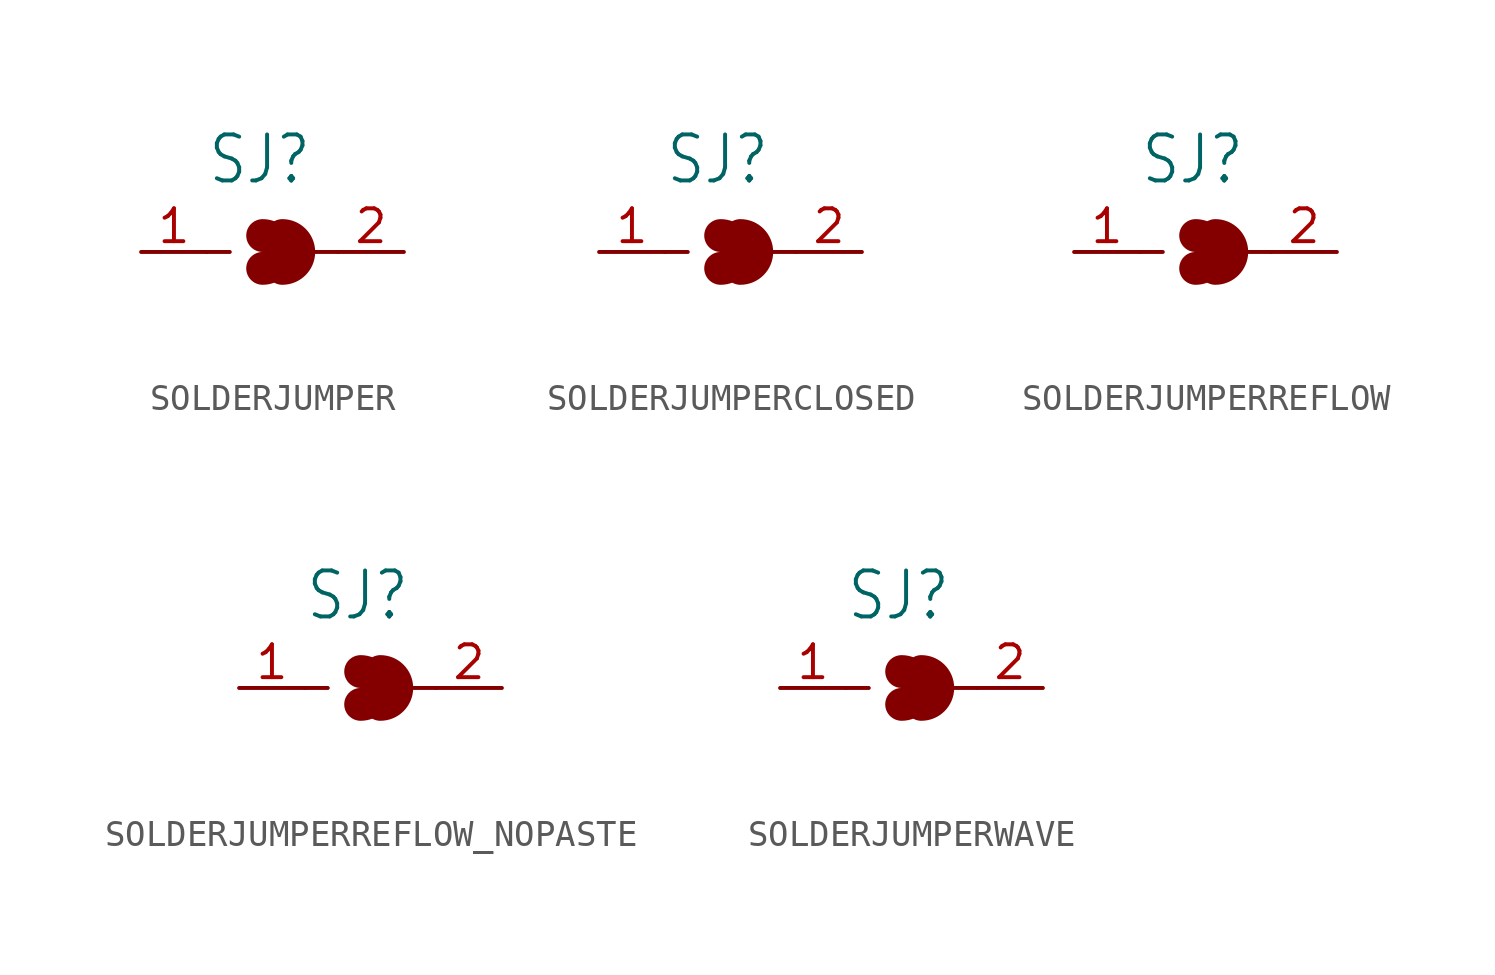
<source format=kicad_sym>
(kicad_symbol_lib
  (version 20220914)
  (generator kicad_symbol_editor)
  (symbol "SOLDERJUMPER"
    (property "Reference" "SJ"
      (at -2.54 2.54 0)
      (effects (font (size 1.778 1.511)) (justify left bottom)))
    (property "Value" ""
      (at -2.54 -3.81 0)
      (effects (font (size 1.778 1.511)) (justify left bottom)))
    (property "ki_locked" ""
      (at 0 0 0)
      (effects (font (size 1.27 1.27))))
    (symbol "SOLDERJUMPER_1_0"
      (arc (start -0.381 -0.635) (mid 0.2541 -0.0001) (end -0.3808 0.635) (stroke (width 1.27) (type solid)) (fill (type none)))
      (polyline (pts (xy -2.54 0) (xy -1.651 0)) (stroke (width 0.152) (type solid)) (fill (type none)))
      (polyline (pts (xy 2.54 0) (xy 1.651 0)) (stroke (width 0.152) (type solid)) (fill (type none)))
      (arc (start 0.3808 -0.635) (mid 1.0132 -0.0001) (end 0.381 0.635) (stroke (width 1.27) (type solid)) (fill (type none)))
      (pin passive line (at -5.08 0 0) (length 2.54) (name "1" (effects (font (size 0 0)))) (number "1" (effects (font (size 1.27 1.27)))))
      (pin passive line (at 5.08 0 180) (length 2.54) (name "2" (effects (font (size 0 0)))) (number "2" (effects (font (size 1.27 1.27)))))))
  (symbol "SOLDERJUMPERCLOSED"
    (property "Reference" "SJ"
      (at -2.54 2.54 0)
      (effects (font (size 1.778 1.511)) (justify left bottom)))
    (property "Value" ""
      (at -2.54 -3.81 0)
      (effects (font (size 1.778 1.511)) (justify left bottom)))
    (property "ki_locked" ""
      (at 0 0 0)
      (effects (font (size 1.27 1.27))))
    (symbol "SOLDERJUMPERCLOSED_1_0"
      (arc (start -0.381 -0.635) (mid 0.2541 -0.0001) (end -0.3808 0.635) (stroke (width 1.27) (type solid)) (fill (type none)))
      (polyline (pts (xy -2.54 0) (xy -1.651 0)) (stroke (width 0.152) (type solid)) (fill (type none)))
      (polyline (pts (xy 2.54 0) (xy 1.651 0)) (stroke (width 0.152) (type solid)) (fill (type none)))
      (arc (start 0.3808 -0.635) (mid 1.0132 -0.0001) (end 0.381 0.635) (stroke (width 1.27) (type solid)) (fill (type none)))
      (pin passive line (at -5.08 0 0) (length 2.54) (name "1" (effects (font (size 0 0)))) (number "1" (effects (font (size 1.27 1.27)))))
      (pin passive line (at 5.08 0 180) (length 2.54) (name "2" (effects (font (size 0 0)))) (number "2" (effects (font (size 1.27 1.27)))))))
  (symbol "SOLDERJUMPERREFLOW"
    (property "Reference" "SJ"
      (at -2.54 2.54 0)
      (effects (font (size 1.778 1.511)) (justify left bottom)))
    (property "Value" ""
      (at -2.54 -3.81 0)
      (effects (font (size 1.778 1.511)) (justify left bottom)))
    (property "ki_locked" ""
      (at 0 0 0)
      (effects (font (size 1.27 1.27))))
    (symbol "SOLDERJUMPERREFLOW_1_0"
      (arc (start -0.381 -0.635) (mid 0.2541 -0.0001) (end -0.3808 0.635) (stroke (width 1.27) (type solid)) (fill (type none)))
      (polyline (pts (xy -2.54 0) (xy -1.651 0)) (stroke (width 0.152) (type solid)) (fill (type none)))
      (polyline (pts (xy 2.54 0) (xy 1.651 0)) (stroke (width 0.152) (type solid)) (fill (type none)))
      (arc (start 0.3808 -0.635) (mid 1.0132 -0.0001) (end 0.381 0.635) (stroke (width 1.27) (type solid)) (fill (type none)))
      (pin passive line (at -5.08 0 0) (length 2.54) (name "1" (effects (font (size 0 0)))) (number "1" (effects (font (size 1.27 1.27)))))
      (pin passive line (at 5.08 0 180) (length 2.54) (name "2" (effects (font (size 0 0)))) (number "2" (effects (font (size 1.27 1.27)))))))
  (symbol "SOLDERJUMPERREFLOW_NOPASTE"
    (property "Reference" "SJ"
      (at -2.54 2.54 0)
      (effects (font (size 1.778 1.511)) (justify left bottom)))
    (property "Value" ""
      (at -2.54 -3.81 0)
      (effects (font (size 1.778 1.511)) (justify left bottom)))
    (property "ki_locked" ""
      (at 0 0 0)
      (effects (font (size 1.27 1.27))))
    (symbol "SOLDERJUMPERREFLOW_NOPASTE_1_0"
      (arc (start -0.381 -0.635) (mid 0.2541 -0.0001) (end -0.3808 0.635) (stroke (width 1.27) (type solid)) (fill (type none)))
      (polyline (pts (xy -2.54 0) (xy -1.651 0)) (stroke (width 0.152) (type solid)) (fill (type none)))
      (polyline (pts (xy 2.54 0) (xy 1.651 0)) (stroke (width 0.152) (type solid)) (fill (type none)))
      (arc (start 0.3808 -0.635) (mid 1.0132 -0.0001) (end 0.381 0.635) (stroke (width 1.27) (type solid)) (fill (type none)))
      (pin passive line (at -5.08 0 0) (length 2.54) (name "1" (effects (font (size 0 0)))) (number "1" (effects (font (size 1.27 1.27)))))
      (pin passive line (at 5.08 0 180) (length 2.54) (name "2" (effects (font (size 0 0)))) (number "2" (effects (font (size 1.27 1.27)))))))
  (symbol "SOLDERJUMPERWAVE"
    (property "Reference" "SJ"
      (at -2.54 2.54 0)
      (effects (font (size 1.778 1.511)) (justify left bottom)))
    (property "Value" ""
      (at -2.54 -3.81 0)
      (effects (font (size 1.778 1.511)) (justify left bottom)))
    (property "ki_locked" ""
      (at 0 0 0)
      (effects (font (size 1.27 1.27))))
    (symbol "SOLDERJUMPERWAVE_1_0"
      (arc (start -0.381 -0.635) (mid 0.2541 -0.0001) (end -0.3808 0.635) (stroke (width 1.27) (type solid)) (fill (type none)))
      (polyline (pts (xy -2.54 0) (xy -1.651 0)) (stroke (width 0.152) (type solid)) (fill (type none)))
      (polyline (pts (xy 2.54 0) (xy 1.651 0)) (stroke (width 0.152) (type solid)) (fill (type none)))
      (arc (start 0.3808 -0.635) (mid 1.0132 -0.0001) (end 0.381 0.635) (stroke (width 1.27) (type solid)) (fill (type none)))
      (pin passive line (at -5.08 0 0) (length 2.54) (name "1" (effects (font (size 0 0)))) (number "1" (effects (font (size 1.27 1.27)))))
      (pin passive line (at 5.08 0 180) (length 2.54) (name "2" (effects (font (size 0 0)))) (number "2" (effects (font (size 1.27 1.27))))))))
</source>
